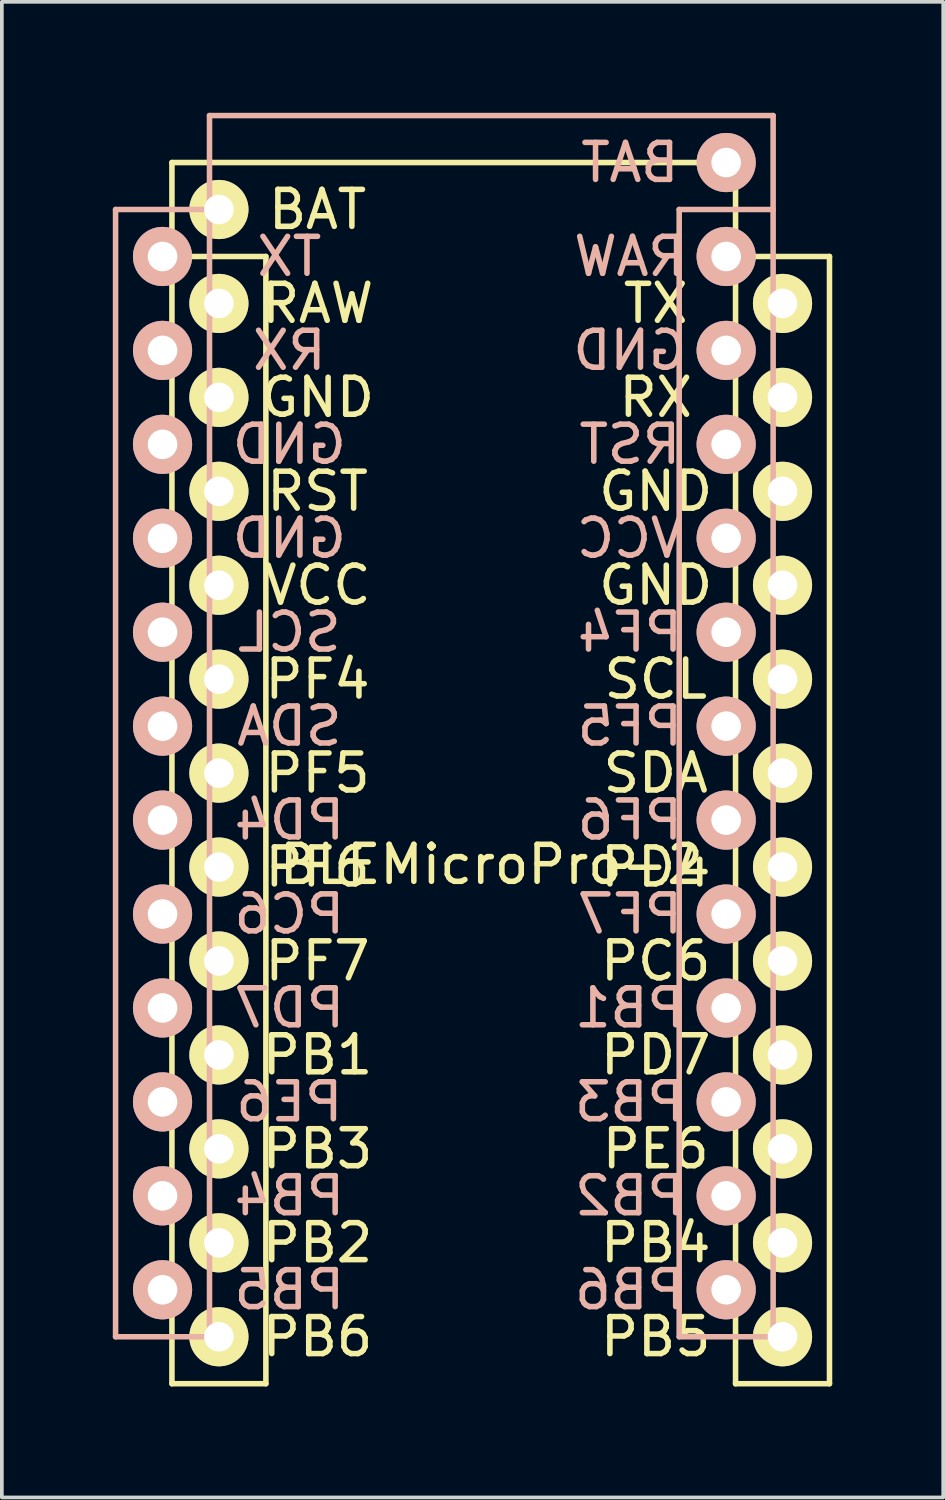
<source format=kicad_pcb>
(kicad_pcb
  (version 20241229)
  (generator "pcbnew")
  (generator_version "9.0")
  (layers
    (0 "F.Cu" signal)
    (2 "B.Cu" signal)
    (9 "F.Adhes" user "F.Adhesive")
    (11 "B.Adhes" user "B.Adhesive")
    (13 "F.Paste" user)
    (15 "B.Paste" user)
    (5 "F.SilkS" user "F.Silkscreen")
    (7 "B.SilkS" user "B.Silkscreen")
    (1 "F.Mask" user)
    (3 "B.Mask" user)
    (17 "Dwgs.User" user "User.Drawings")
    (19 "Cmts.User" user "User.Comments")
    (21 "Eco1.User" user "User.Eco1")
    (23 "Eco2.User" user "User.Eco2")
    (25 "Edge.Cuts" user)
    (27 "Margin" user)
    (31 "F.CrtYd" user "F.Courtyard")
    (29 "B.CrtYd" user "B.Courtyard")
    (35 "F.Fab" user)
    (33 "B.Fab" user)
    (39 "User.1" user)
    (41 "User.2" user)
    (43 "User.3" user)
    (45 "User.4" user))
  (footprint "BLEMicroPro-2"
    (layer "F.Cu")
    (at 10.235 19.125)
    (property "Reference" "BLEMicroPro-2" (at 0 1.2 0) (layer "F.SilkS") (effects (font (size 1 1) (thickness 0.15))))
    (attr through_hole)
    (fp_line (start -8.636 -17.78) (end -8.636 15.24) (stroke (width 0.15) (type solid)) (layer "F.SilkS"))
    (fp_line (start -8.636 15.24) (end -6.096 15.24) (stroke (width 0.15) (type solid)) (layer "F.SilkS"))
    (fp_line (start -6.096 -15.24) (end -8.636 -15.24) (stroke (width 0.15) (type solid)) (layer "F.SilkS"))
    (fp_line (start -6.096 15.24) (end -6.096 -15.24) (stroke (width 0.15) (type solid)) (layer "F.SilkS"))
    (fp_line (start 6.604 -17.78) (end -8.636 -17.78) (stroke (width 0.15) (type solid)) (layer "F.SilkS"))
    (fp_line (start 6.604 -17.78) (end 6.604 15.24) (stroke (width 0.15) (type solid)) (layer "F.SilkS"))
    (fp_line (start 6.604 15.24) (end 9.144 15.24) (stroke (width 0.15) (type solid)) (layer "F.SilkS"))
    (fp_line (start 9.144 -15.24) (end 6.604 -15.24) (stroke (width 0.15) (type solid)) (layer "F.SilkS"))
    (fp_line (start 9.144 15.24) (end 9.144 -15.24) (stroke (width 0.15) (type solid)) (layer "F.SilkS"))
    (fp_line (start -10.16 -16.51) (end -7.62 -16.51) (stroke (width 0.15) (type solid)) (layer "B.SilkS"))
    (fp_line (start -10.16 13.97) (end -10.16 -16.51) (stroke (width 0.15) (type solid)) (layer "B.SilkS"))
    (fp_line (start -7.62 -19.05) (end -7.62 13.97) (stroke (width 0.15) (type solid)) (layer "B.SilkS"))
    (fp_line (start -7.62 -19.05) (end 7.62 -19.05) (stroke (width 0.15) (type solid)) (layer "B.SilkS"))
    (fp_line (start -7.62 13.97) (end -10.16 13.97) (stroke (width 0.15) (type solid)) (layer "B.SilkS"))
    (fp_line (start 5.08 -16.51) (end 7.62 -16.51) (stroke (width 0.15) (type solid)) (layer "B.SilkS"))
    (fp_line (start 5.08 13.97) (end 5.08 -16.51) (stroke (width 0.15) (type solid)) (layer "B.SilkS"))
    (fp_line (start 7.62 -19.05) (end 7.62 13.97) (stroke (width 0.15) (type solid)) (layer "B.SilkS"))
    (fp_line (start 7.62 13.97) (end 5.08 13.97) (stroke (width 0.15) (type solid)) (layer "B.SilkS"))
    (fp_text user "PF7" (at -4.699 3.81 0) (layer "F.SilkS") (effects (font (size 1 1) (thickness 0.15))))
    (fp_text user "PB1" (at -4.699 6.35 0) (layer "F.SilkS") (effects (font (size 1 1) (thickness 0.15))))
    (fp_text user "TX" (at 4.445 -13.97 0) (layer "F.SilkS") (effects (font (size 1 1) (thickness 0.15))))
    (fp_text user "VCC" (at -4.699 -6.35 0) (layer "F.SilkS") (effects (font (size 1 1) (thickness 0.15))))
    (fp_text user "SCL" (at 4.445 -3.81 0) (layer "F.SilkS") (effects (font (size 1 1) (thickness 0.15))))
    (fp_text user "RX" (at 4.445 -11.43 0) (layer "F.SilkS") (effects (font (size 1 1) (thickness 0.15))))
    (fp_text user "RST" (at -4.699 -8.89 0) (layer "F.SilkS") (effects (font (size 1 1) (thickness 0.15))))
    (fp_text user "SDA" (at 4.445 -1.27 0) (layer "F.SilkS") (effects (font (size 1 1) (thickness 0.15))))
    (fp_text user "PD4" (at 4.445 1.27 0) (layer "F.SilkS") (effects (font (size 1 1) (thickness 0.15))))
    (fp_text user "GND" (at -4.699 -11.43 0) (layer "F.SilkS") (effects (font (size 1 1) (thickness 0.15))))
    (fp_text user "PF5" (at -4.699 -1.27 0) (layer "F.SilkS") (effects (font (size 1 1) (thickness 0.15))))
    (fp_text user "PB2" (at -4.699 11.43 0) (layer "F.SilkS") (effects (font (size 1 1) (thickness 0.15))))
    (fp_text user "BAT" (at -4.699 -16.51 0) (layer "F.SilkS") (effects (font (size 1 1) (thickness 0.15))))
    (fp_text user "PC6" (at 4.445 3.81 0) (layer "F.SilkS") (effects (font (size 1 1) (thickness 0.15))))
    (fp_text user "RAW" (at -4.699 -13.97 0) (layer "F.SilkS") (effects (font (size 1 1) (thickness 0.15))))
    (fp_text user "PB5" (at 4.445 13.97 0) (layer "F.SilkS") (effects (font (size 1 1) (thickness 0.15))))
    (fp_text user "GND" (at 4.445 -8.89 0) (layer "F.SilkS") (effects (font (size 1 1) (thickness 0.15))))
    (fp_text user "PB3" (at -4.699 8.89 0) (layer "F.SilkS") (effects (font (size 1 1) (thickness 0.15))))
    (fp_text user "GND" (at 4.445 -6.35 0) (layer "F.SilkS") (effects (font (size 1 1) (thickness 0.15))))
    (fp_text user "PE6" (at 4.445 8.89 0) (layer "F.SilkS") (effects (font (size 1 1) (thickness 0.15))))
    (fp_text user "PB6" (at -4.699 13.97 0) (layer "F.SilkS") (effects (font (size 1 1) (thickness 0.15))))
    (fp_text user "PD7" (at 4.445 6.35 0) (layer "F.SilkS") (effects (font (size 1 1) (thickness 0.15))))
    (fp_text user "PB4" (at 4.445 11.43 0) (layer "F.SilkS") (effects (font (size 1 1) (thickness 0.15))))
    (fp_text user "PF4" (at -4.699 -3.81 0) (layer "F.SilkS") (effects (font (size 1 1) (thickness 0.15))))
    (fp_text user "PF6" (at -4.699 1.27 0) (layer "F.SilkS") (effects (font (size 1 1) (thickness 0.15))))
    (fp_text user "PF4" (at 3.747 -5.08 0) (layer "B.SilkS") (effects (font (size 1 1) (thickness 0.15)) (justify mirror)))
    (fp_text user "PD7" (at -5.461 5.08 0) (layer "B.SilkS") (effects (font (size 1 1) (thickness 0.15)) (justify mirror)))
    (fp_text user "PD4" (at -5.461 0 0) (layer "B.SilkS") (effects (font (size 1 1) (thickness 0.15)) (justify mirror)))
    (fp_text user "PF7" (at 3.747 2.54 0) (layer "B.SilkS") (effects (font (size 1 1) (thickness 0.15)) (justify mirror)))
    (fp_text user "PF5" (at 3.747 -2.54 0) (layer "B.SilkS") (effects (font (size 1 1) (thickness 0.15)) (justify mirror)))
    (fp_text user "PB2" (at 3.747 10.16 0) (layer "B.SilkS") (effects (font (size 1 1) (thickness 0.15)) (justify mirror)))
    (fp_text user "GND" (at -5.461 -7.62 0) (layer "B.SilkS") (effects (font (size 1 1) (thickness 0.15)) (justify mirror)))
    (fp_text user "GND" (at 3.747 -12.7 0) (layer "B.SilkS") (effects (font (size 1 1) (thickness 0.15)) (justify mirror)))
    (fp_text user "RST" (at 3.747 -10.16 0) (layer "B.SilkS") (effects (font (size 1 1) (thickness 0.15)) (justify mirror)))
    (fp_text user "SDA" (at -5.461 -2.54 0) (layer "B.SilkS") (effects (font (size 1 1) (thickness 0.15)) (justify mirror)))
    (fp_text user "PC6" (at -5.461 2.54 0) (layer "B.SilkS") (effects (font (size 1 1) (thickness 0.15)) (justify mirror)))
    (fp_text user "RAW" (at 3.747 -15.24 0) (layer "B.SilkS") (effects (font (size 1 1) (thickness 0.15)) (justify mirror)))
    (fp_text user "GND" (at -5.461 -10.16 0) (layer "B.SilkS") (effects (font (size 1 1) (thickness 0.15)) (justify mirror)))
    (fp_text user "BAT" (at 3.747 -17.78 0) (layer "B.SilkS") (effects (font (size 1 1) (thickness 0.15)) (justify mirror)))
    (fp_text user "PB5" (at -5.461 12.7 0) (layer "B.SilkS") (effects (font (size 1 1) (thickness 0.15)) (justify mirror)))
    (fp_text user "RX" (at -5.461 -12.7 0) (layer "B.SilkS") (effects (font (size 1 1) (thickness 0.15)) (justify mirror)))
    (fp_text user "PB6" (at 3.747 12.7 0) (layer "B.SilkS") (effects (font (size 1 1) (thickness 0.15)) (justify mirror)))
    (fp_text user "PF6" (at 3.747 0 0) (layer "B.SilkS") (effects (font (size 1 1) (thickness 0.15)) (justify mirror)))
    (fp_text user "VCC" (at 3.747 -7.62 0) (layer "B.SilkS") (effects (font (size 1 1) (thickness 0.15)) (justify mirror)))
    (fp_text user "PB4" (at -5.461 10.16 0) (layer "B.SilkS") (effects (font (size 1 1) (thickness 0.15)) (justify mirror)))
    (fp_text user "TX" (at -5.461 -15.24 0) (layer "B.SilkS") (effects (font (size 1 1) (thickness 0.15)) (justify mirror)))
    (fp_text user "PE6" (at -5.461 7.62 0) (layer "B.SilkS") (effects (font (size 1 1) (thickness 0.15)) (justify mirror)))
    (fp_text user "PB1" (at 3.747 5.08 0) (layer "B.SilkS") (effects (font (size 1 1) (thickness 0.15)) (justify mirror)))
    (fp_text user "PB3" (at 3.747 7.62 0) (layer "B.SilkS") (effects (font (size 1 1) (thickness 0.15)) (justify mirror)))
    (fp_text user "SCL" (at -5.461 -5.08 0) (layer "B.SilkS") (effects (font (size 1 1) (thickness 0.15)) (justify mirror)))
    (pad "1" thru_hole circle (at -8.89 -15.24) (size 1.6 1.6) (drill 0.8) (layers "*.Cu" "*.Mask" "B.SilkS"))
    (pad "1" thru_hole circle (at 7.874 -13.97 180) (size 1.6 1.6) (drill 0.8) (layers "*.Cu" "*.Mask" "F.SilkS"))
    (pad "2" thru_hole circle (at -8.89 -12.7) (size 1.6 1.6) (drill 0.8) (layers "*.Cu" "*.Mask" "B.SilkS"))
    (pad "2" thru_hole circle (at 7.874 -11.43 180) (size 1.6 1.6) (drill 0.8) (layers "*.Cu" "*.Mask" "F.SilkS"))
    (pad "3" thru_hole circle (at -8.89 -10.16) (size 1.6 1.6) (drill 0.8) (layers "*.Cu" "*.Mask" "B.SilkS"))
    (pad "3" thru_hole circle (at 7.874 -8.89 180) (size 1.6 1.6) (drill 0.8) (layers "*.Cu" "*.Mask" "F.SilkS"))
    (pad "4" thru_hole circle (at -8.89 -7.62) (size 1.6 1.6) (drill 0.8) (layers "*.Cu" "*.Mask" "B.SilkS"))
    (pad "4" thru_hole circle (at 7.874 -6.35 180) (size 1.6 1.6) (drill 0.8) (layers "*.Cu" "*.Mask" "F.SilkS"))
    (pad "5" thru_hole circle (at -8.89 -5.08) (size 1.6 1.6) (drill 0.8) (layers "*.Cu" "*.Mask" "B.SilkS"))
    (pad "5" thru_hole circle (at 7.874 -3.81 180) (size 1.6 1.6) (drill 0.8) (layers "*.Cu" "*.Mask" "F.SilkS"))
    (pad "6" thru_hole circle (at -8.89 -2.54) (size 1.6 1.6) (drill 0.8) (layers "*.Cu" "*.Mask" "B.SilkS"))
    (pad "6" thru_hole circle (at 7.874 -1.27 180) (size 1.6 1.6) (drill 0.8) (layers "*.Cu" "*.Mask" "F.SilkS"))
    (pad "7" thru_hole circle (at -8.89 0) (size 1.6 1.6) (drill 0.8) (layers "*.Cu" "*.Mask" "B.SilkS"))
    (pad "7" thru_hole circle (at 7.874 1.27 180) (size 1.6 1.6) (drill 0.8) (layers "*.Cu" "*.Mask" "F.SilkS"))
    (pad "8" thru_hole circle (at -8.89 2.54) (size 1.6 1.6) (drill 0.8) (layers "*.Cu" "*.Mask" "B.SilkS"))
    (pad "8" thru_hole circle (at 7.874 3.81 180) (size 1.6 1.6) (drill 0.8) (layers "*.Cu" "*.Mask" "F.SilkS"))
    (pad "9" thru_hole circle (at -8.89 5.08) (size 1.6 1.6) (drill 0.8) (layers "*.Cu" "*.Mask" "B.SilkS"))
    (pad "9" thru_hole circle (at 7.874 6.35 180) (size 1.6 1.6) (drill 0.8) (layers "*.Cu" "*.Mask" "F.SilkS"))
    (pad "10" thru_hole circle (at -8.89 7.62) (size 1.6 1.6) (drill 0.8) (layers "*.Cu" "*.Mask" "B.SilkS"))
    (pad "10" thru_hole circle (at 7.874 8.89 180) (size 1.6 1.6) (drill 0.8) (layers "*.Cu" "*.Mask" "F.SilkS"))
    (pad "11" thru_hole circle (at -8.89 10.16) (size 1.6 1.6) (drill 0.8) (layers "*.Cu" "*.Mask" "B.SilkS"))
    (pad "11" thru_hole circle (at 7.874 11.43 180) (size 1.6 1.6) (drill 0.8) (layers "*.Cu" "*.Mask" "F.SilkS"))
    (pad "12" thru_hole circle (at -8.89 12.7) (size 1.6 1.6) (drill 0.8) (layers "*.Cu" "*.Mask" "B.SilkS"))
    (pad "12" thru_hole circle (at 7.874 13.97 180) (size 1.6 1.6) (drill 0.8) (layers "*.Cu" "*.Mask" "F.SilkS"))
    (pad "13" thru_hole circle (at -7.366 13.97 180) (size 1.6 1.6) (drill 0.8) (layers "*.Cu" "*.Mask" "F.SilkS"))
    (pad "13" thru_hole circle (at 6.35 12.7) (size 1.6 1.6) (drill 0.8) (layers "*.Cu" "*.Mask" "B.SilkS"))
    (pad "14" thru_hole circle (at -7.366 11.43 180) (size 1.6 1.6) (drill 0.8) (layers "*.Cu" "*.Mask" "F.SilkS"))
    (pad "14" thru_hole circle (at 6.35 10.16) (size 1.6 1.6) (drill 0.8) (layers "*.Cu" "*.Mask" "B.SilkS"))
    (pad "15" thru_hole circle (at -7.366 8.89 180) (size 1.6 1.6) (drill 0.8) (layers "*.Cu" "*.Mask" "F.SilkS"))
    (pad "15" thru_hole circle (at 6.35 7.62) (size 1.6 1.6) (drill 0.8) (layers "*.Cu" "*.Mask" "B.SilkS"))
    (pad "16" thru_hole circle (at -7.366 6.35 180) (size 1.6 1.6) (drill 0.8) (layers "*.Cu" "*.Mask" "F.SilkS"))
    (pad "16" thru_hole circle (at 6.35 5.08) (size 1.6 1.6) (drill 0.8) (layers "*.Cu" "*.Mask" "B.SilkS"))
    (pad "17" thru_hole circle (at -7.366 3.81 180) (size 1.6 1.6) (drill 0.8) (layers "*.Cu" "*.Mask" "F.SilkS"))
    (pad "17" thru_hole circle (at 6.35 2.54) (size 1.6 1.6) (drill 0.8) (layers "*.Cu" "*.Mask" "B.SilkS"))
    (pad "18" thru_hole circle (at -7.366 1.27 180) (size 1.6 1.6) (drill 0.8) (layers "*.Cu" "*.Mask" "F.SilkS"))
    (pad "18" thru_hole circle (at 6.35 0) (size 1.6 1.6) (drill 0.8) (layers "*.Cu" "*.Mask" "B.SilkS"))
    (pad "19" thru_hole circle (at -7.366 -1.27 180) (size 1.6 1.6) (drill 0.8) (layers "*.Cu" "*.Mask" "F.SilkS"))
    (pad "19" thru_hole circle (at 6.35 -2.54) (size 1.6 1.6) (drill 0.8) (layers "*.Cu" "*.Mask" "B.SilkS"))
    (pad "20" thru_hole circle (at -7.366 -3.81 180) (size 1.6 1.6) (drill 0.8) (layers "*.Cu" "*.Mask" "F.SilkS"))
    (pad "20" thru_hole circle (at 6.35 -5.08) (size 1.6 1.6) (drill 0.8) (layers "*.Cu" "*.Mask" "B.SilkS"))
    (pad "21" thru_hole circle (at -7.366 -6.35 180) (size 1.6 1.6) (drill 0.8) (layers "*.Cu" "*.Mask" "F.SilkS"))
    (pad "21" thru_hole circle (at 6.35 -7.62) (size 1.6 1.6) (drill 0.8) (layers "*.Cu" "*.Mask" "B.SilkS"))
    (pad "22" thru_hole circle (at -7.366 -8.89 180) (size 1.6 1.6) (drill 0.8) (layers "*.Cu" "*.Mask" "F.SilkS"))
    (pad "22" thru_hole circle (at 6.35 -10.16) (size 1.6 1.6) (drill 0.8) (layers "*.Cu" "*.Mask" "B.SilkS"))
    (pad "23" thru_hole circle (at -7.366 -11.43 180) (size 1.6 1.6) (drill 0.8) (layers "*.Cu" "*.Mask" "F.SilkS"))
    (pad "23" thru_hole circle (at 6.35 -12.7) (size 1.6 1.6) (drill 0.8) (layers "*.Cu" "*.Mask" "B.SilkS"))
    (pad "24" thru_hole circle (at -7.366 -13.97 180) (size 1.6 1.6) (drill 0.8) (layers "*.Cu" "*.Mask" "F.SilkS"))
    (pad "24" thru_hole circle (at 6.35 -15.24) (size 1.6 1.6) (drill 0.8) (layers "*.Cu" "*.Mask" "B.SilkS"))
    (pad "25" thru_hole circle (at -7.366 -16.51 180) (size 1.6 1.6) (drill 0.8) (layers "*.Cu" "*.Mask" "F.SilkS"))
    (pad "25" thru_hole circle (at 6.35 -17.78) (size 1.6 1.6) (drill 0.8) (layers "*.Cu" "*.Mask" "B.SilkS")))
  (gr_rect
    (start -3 -3)
    (end 22.454 37.44)
    (stroke (width 0.1) (type default))
    (fill no)
    (layer "Edge.Cuts")))
</source>
